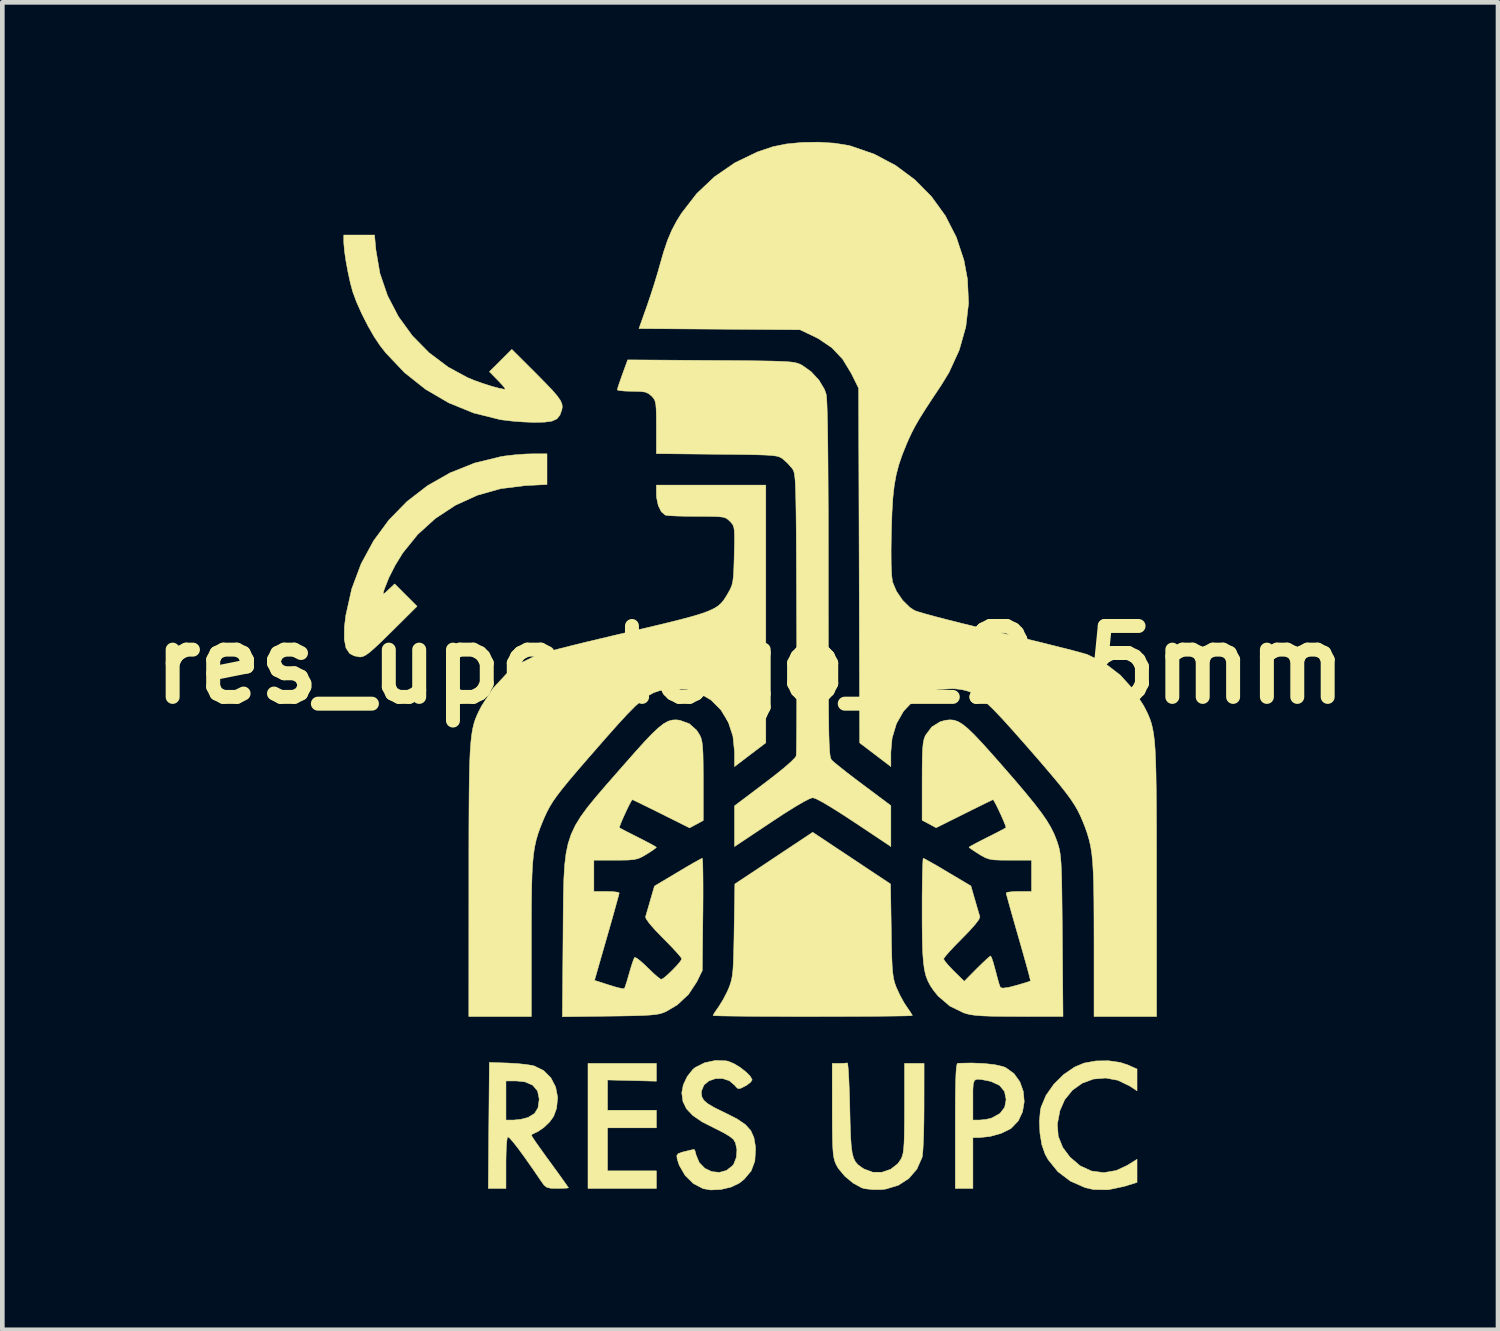
<source format=kicad_pcb>
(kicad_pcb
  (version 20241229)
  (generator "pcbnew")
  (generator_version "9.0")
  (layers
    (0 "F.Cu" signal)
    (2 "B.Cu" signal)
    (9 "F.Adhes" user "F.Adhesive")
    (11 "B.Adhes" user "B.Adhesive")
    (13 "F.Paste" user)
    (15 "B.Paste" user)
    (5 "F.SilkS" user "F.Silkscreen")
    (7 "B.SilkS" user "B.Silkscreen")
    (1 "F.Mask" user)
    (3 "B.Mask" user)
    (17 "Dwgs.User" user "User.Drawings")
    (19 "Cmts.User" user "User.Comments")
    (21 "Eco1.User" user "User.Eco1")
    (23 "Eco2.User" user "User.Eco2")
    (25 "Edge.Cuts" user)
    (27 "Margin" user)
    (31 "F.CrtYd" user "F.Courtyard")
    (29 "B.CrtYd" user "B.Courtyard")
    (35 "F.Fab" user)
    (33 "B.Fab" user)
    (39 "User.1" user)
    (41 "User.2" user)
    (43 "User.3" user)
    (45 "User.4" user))
  (footprint "res_upc_logo_22_5mm"
    (layer "F.Cu")
    (at 13.07 11.236)
    (property "Reference" "res_upc_logo_22_5mm" (at 0 0 0) (layer "F.SilkS") (effects (font (size 1.524 1.524) (thickness 0.3))))
    (attr through_hole)
    (fp_poly (pts (xy -2.015 8.947) (xy -2.54 8.934) (xy -3.065 8.921) (xy -3.065 9.247) (xy -3.065 9.572) (xy -2.015 9.572) (xy -2.015 9.95) (xy -3.065 9.95) (xy -3.065 10.874) (xy -2.015 10.874) (xy -2.015 11.252) (xy -3.485 11.252) (xy -3.485 8.565) (xy -2.015 8.565) (xy -2.015 8.947)) (stroke (width 0.01) (type solid)) (fill yes) (layer "F.SilkS"))
    (fp_poly (pts (xy 7.953 8.544) (xy 8.113 8.597) (xy 8.313 8.686) (xy 8.313 9.154) (xy 8.155 9.05) (xy 7.9 8.927) (xy 7.636 8.879) (xy 7.377 8.901) (xy 7.135 8.99) (xy 6.925 9.14) (xy 6.758 9.346) (xy 6.656 9.579) (xy 6.601 9.87) (xy 6.62 10.13) (xy 6.717 10.371) (xy 6.871 10.578) (xy 7.091 10.766) (xy 7.337 10.878) (xy 7.6 10.912) (xy 7.867 10.866) (xy 8.103 10.756) (xy 8.313 10.625) (xy 8.313 11.122) (xy 8.035 11.208) (xy 7.692 11.28) (xy 7.378 11.275) (xy 7.2 11.235) (xy 6.88 11.094) (xy 6.612 10.891) (xy 6.404 10.634) (xy 6.337 10.513) (xy 6.268 10.313) (xy 6.227 10.067) (xy 6.215 9.809) (xy 6.236 9.573) (xy 6.252 9.501) (xy 6.357 9.252) (xy 6.525 9.013) (xy 6.738 8.802) (xy 6.977 8.64) (xy 7.175 8.558) (xy 7.428 8.512) (xy 7.699 8.508) (xy 7.953 8.544)) (stroke (width 0.01) (type solid)) (fill yes) (layer "F.SilkS"))
    (fp_poly (pts (xy -4.366 -3.875) (xy -4.839 -3.851) (xy -5.364 -3.785) (xy -5.865 -3.643) (xy -6.334 -3.429) (xy -6.763 -3.147) (xy -7.143 -2.803) (xy -7.468 -2.401) (xy -7.471 -2.395) (xy -7.628 -2.14) (xy -7.764 -1.872) (xy -7.862 -1.625) (xy -7.871 -1.595) (xy -7.888 -1.533) (xy -7.877 -1.521) (xy -7.825 -1.564) (xy -7.771 -1.615) (xy -7.639 -1.739) (xy -7.398 -1.498) (xy -7.158 -1.258) (xy -7.707 -0.713) (xy -7.908 -0.515) (xy -8.061 -0.371) (xy -8.174 -0.271) (xy -8.259 -0.21) (xy -8.324 -0.178) (xy -8.38 -0.168) (xy -8.385 -0.168) (xy -8.511 -0.193) (xy -8.606 -0.243) (xy -8.685 -0.36) (xy -8.722 -0.55) (xy -8.719 -0.813) (xy -8.69 -1.059) (xy -8.562 -1.632) (xy -8.361 -2.169) (xy -8.093 -2.664) (xy -7.763 -3.112) (xy -7.375 -3.509) (xy -6.936 -3.848) (xy -6.449 -4.125) (xy -5.921 -4.336) (xy -5.356 -4.474) (xy -5.261 -4.489) (xy -5.051 -4.513) (xy -4.82 -4.53) (xy -4.663 -4.534) (xy -4.366 -4.534) (xy -4.366 -3.875)) (stroke (width 0.01) (type solid)) (fill yes) (layer "F.SilkS"))
    (fp_poly (pts (xy 5.027 8.567) (xy 5.26 8.593) (xy 5.437 8.634) (xy 5.49 8.655) (xy 5.668 8.783) (xy 5.795 8.959) (xy 5.869 9.167) (xy 5.889 9.388) (xy 5.853 9.605) (xy 5.761 9.801) (xy 5.611 9.957) (xy 5.588 9.973) (xy 5.391 10.069) (xy 5.153 10.135) (xy 4.923 10.159) (xy 4.786 10.16) (xy 4.786 11.252) (xy 4.408 11.252) (xy 4.408 9.908) (xy 4.409 9.52) (xy 4.41 9.323) (xy 4.786 9.323) (xy 4.786 9.341) (xy 4.786 9.782) (xy 4.93 9.782) (xy 5.07 9.768) (xy 5.193 9.737) (xy 5.368 9.64) (xy 5.469 9.507) (xy 5.5 9.341) (xy 5.465 9.167) (xy 5.359 9.038) (xy 5.183 8.956) (xy 5.114 8.939) (xy 4.971 8.912) (xy 4.877 8.904) (xy 4.821 8.929) (xy 4.795 8.998) (xy 4.786 9.126) (xy 4.786 9.323) (xy 4.41 9.323) (xy 4.411 9.208) (xy 4.415 8.967) (xy 4.422 8.789) (xy 4.43 8.667) (xy 4.442 8.594) (xy 4.456 8.564) (xy 4.461 8.562) (xy 4.754 8.556) (xy 5.027 8.567)) (stroke (width 0.01) (type solid)) (fill yes) (layer "F.SilkS"))
    (fp_poly (pts (xy 2.18 4.154) (xy 3.016 4.71) (xy 3.032 5.703) (xy 3.037 6.023) (xy 3.043 6.271) (xy 3.051 6.461) (xy 3.062 6.604) (xy 3.077 6.714) (xy 3.096 6.803) (xy 3.122 6.884) (xy 3.141 6.933) (xy 3.218 7.1) (xy 3.309 7.265) (xy 3.36 7.342) (xy 3.431 7.445) (xy 3.476 7.517) (xy 3.485 7.536) (xy 3.444 7.54) (xy 3.327 7.544) (xy 3.142 7.547) (xy 2.897 7.55) (xy 2.599 7.553) (xy 2.257 7.555) (xy 1.877 7.556) (xy 1.469 7.557) (xy 1.343 7.557) (xy 0.928 7.557) (xy 0.54 7.555) (xy 0.186 7.554) (xy -0.126 7.551) (xy -0.388 7.548) (xy -0.592 7.545) (xy -0.73 7.541) (xy -0.794 7.537) (xy -0.798 7.536) (xy -0.775 7.492) (xy -0.717 7.405) (xy -0.673 7.342) (xy -0.585 7.201) (xy -0.496 7.03) (xy -0.454 6.933) (xy -0.424 6.851) (xy -0.401 6.769) (xy -0.383 6.673) (xy -0.37 6.551) (xy -0.361 6.39) (xy -0.354 6.178) (xy -0.348 5.902) (xy -0.345 5.703) (xy -0.329 4.71) (xy 1.343 3.598) (xy 2.18 4.154)) (stroke (width 0.01) (type solid)) (fill yes) (layer "F.SilkS"))
    (fp_poly (pts (xy -8.043 -8.917) (xy -7.957 -8.414) (xy -7.793 -7.934) (xy -7.559 -7.484) (xy -7.26 -7.072) (xy -6.902 -6.708) (xy -6.492 -6.399) (xy -6.072 -6.171) (xy -5.923 -6.11) (xy -5.746 -6.047) (xy -5.565 -5.989) (xy -5.405 -5.945) (xy -5.29 -5.922) (xy -5.265 -5.92) (xy -5.273 -5.946) (xy -5.33 -6.017) (xy -5.417 -6.109) (xy -5.603 -6.299) (xy -5.362 -6.539) (xy -5.122 -6.779) (xy -4.622 -6.281) (xy -4.413 -6.069) (xy -4.257 -5.907) (xy -4.149 -5.782) (xy -4.081 -5.686) (xy -4.046 -5.61) (xy -4.037 -5.543) (xy -4.047 -5.481) (xy -4.089 -5.364) (xy -4.154 -5.285) (xy -4.258 -5.237) (xy -4.414 -5.215) (xy -4.639 -5.21) (xy -4.65 -5.21) (xy -4.875 -5.219) (xy -5.113 -5.237) (xy -5.322 -5.262) (xy -5.374 -5.27) (xy -5.941 -5.411) (xy -6.476 -5.629) (xy -6.973 -5.919) (xy -7.426 -6.278) (xy -7.829 -6.702) (xy -7.954 -6.862) (xy -8.08 -7.05) (xy -8.216 -7.288) (xy -8.348 -7.548) (xy -8.46 -7.799) (xy -8.539 -8.013) (xy -8.541 -8.019) (xy -8.594 -8.217) (xy -8.644 -8.447) (xy -8.687 -8.682) (xy -8.718 -8.895) (xy -8.732 -9.059) (xy -8.733 -9.079) (xy -8.733 -9.236) (xy -8.072 -9.236) (xy -8.043 -8.917)) (stroke (width 0.01) (type solid)) (fill yes) (layer "F.SilkS"))
    (fp_poly (pts (xy 2.098 8.591) (xy 2.109 8.701) (xy 2.119 8.871) (xy 2.128 9.092) (xy 2.137 9.35) (xy 2.141 9.532) (xy 2.149 9.87) (xy 2.159 10.135) (xy 2.172 10.338) (xy 2.192 10.489) (xy 2.222 10.6) (xy 2.263 10.681) (xy 2.318 10.743) (xy 2.39 10.797) (xy 2.448 10.834) (xy 2.634 10.903) (xy 2.832 10.903) (xy 3.019 10.84) (xy 3.173 10.72) (xy 3.243 10.618) (xy 3.267 10.561) (xy 3.286 10.49) (xy 3.299 10.392) (xy 3.308 10.257) (xy 3.313 10.072) (xy 3.316 9.826) (xy 3.317 9.52) (xy 3.317 8.565) (xy 3.737 8.565) (xy 3.736 9.499) (xy 3.734 9.78) (xy 3.729 10.042) (xy 3.721 10.269) (xy 3.711 10.447) (xy 3.699 10.561) (xy 3.694 10.585) (xy 3.583 10.836) (xy 3.409 11.038) (xy 3.183 11.184) (xy 2.914 11.265) (xy 2.805 11.277) (xy 2.623 11.276) (xy 2.464 11.257) (xy 2.399 11.239) (xy 2.212 11.137) (xy 2.033 10.988) (xy 1.892 10.818) (xy 1.843 10.731) (xy 1.818 10.667) (xy 1.799 10.594) (xy 1.785 10.499) (xy 1.775 10.37) (xy 1.769 10.196) (xy 1.766 9.965) (xy 1.764 9.666) (xy 1.764 9.562) (xy 1.763 8.565) (xy 1.91 8.565) (xy 2.018 8.562) (xy 2.085 8.555) (xy 2.089 8.554) (xy 2.098 8.591)) (stroke (width 0.01) (type solid)) (fill yes) (layer "F.SilkS"))
    (fp_poly (pts (xy -5.206 8.557) (xy -5.009 8.568) (xy -4.825 8.587) (xy -4.682 8.609) (xy -4.642 8.619) (xy -4.439 8.718) (xy -4.283 8.874) (xy -4.18 9.072) (xy -4.137 9.296) (xy -4.16 9.53) (xy -4.224 9.704) (xy -4.309 9.823) (xy -4.434 9.942) (xy -4.564 10.031) (xy -4.618 10.055) (xy -4.685 10.088) (xy -4.701 10.11) (xy -4.677 10.152) (xy -4.612 10.25) (xy -4.513 10.39) (xy -4.39 10.562) (xy -4.302 10.682) (xy -4.168 10.866) (xy -4.053 11.026) (xy -3.966 11.148) (xy -3.914 11.222) (xy -3.904 11.238) (xy -3.943 11.245) (xy -4.041 11.25) (xy -4.146 11.251) (xy -4.285 11.248) (xy -4.37 11.228) (xy -4.43 11.18) (xy -4.492 11.094) (xy -4.677 10.823) (xy -4.843 10.587) (xy -4.984 10.394) (xy -5.096 10.251) (xy -5.174 10.164) (xy -5.21 10.142) (xy -5.224 10.19) (xy -5.236 10.306) (xy -5.244 10.473) (xy -5.248 10.674) (xy -5.248 10.708) (xy -5.248 11.252) (xy -5.627 11.252) (xy -5.616 9.898) (xy -5.608 8.942) (xy -5.248 8.942) (xy -5.248 9.782) (xy -5.079 9.782) (xy -4.926 9.766) (xy -4.78 9.728) (xy -4.767 9.723) (xy -4.633 9.64) (xy -4.559 9.519) (xy -4.534 9.343) (xy -4.534 9.327) (xy -4.569 9.157) (xy -4.672 9.034) (xy -4.838 8.962) (xy -5.02 8.942) (xy -5.248 8.942) (xy -5.608 8.942) (xy -5.605 8.544) (xy -5.206 8.557)) (stroke (width 0.01) (type solid)) (fill yes) (layer "F.SilkS"))
    (fp_poly (pts (xy -0.516 8.51) (xy -0.47 8.52) (xy -0.349 8.57) (xy -0.216 8.651) (xy -0.093 8.746) (xy 0.000132 8.839) (xy 0.041 8.913) (xy 0.042 8.92) (xy 0.008 8.97) (xy -0.076 9.034) (xy -0.107 9.051) (xy -0.204 9.1) (xy -0.259 9.108) (xy -0.302 9.072) (xy -0.328 9.039) (xy -0.448 8.937) (xy -0.595 8.889) (xy -0.747 8.892) (xy -0.887 8.941) (xy -0.993 9.03) (xy -1.047 9.158) (xy -1.05 9.199) (xy -1.038 9.283) (xy -0.997 9.357) (xy -0.914 9.429) (xy -0.777 9.511) (xy -0.576 9.61) (xy -0.523 9.635) (xy -0.278 9.76) (xy -0.103 9.879) (xy 0.012 10.007) (xy 0.08 10.157) (xy 0.112 10.343) (xy 0.116 10.407) (xy 0.1 10.665) (xy 0.021 10.876) (xy -0.13 11.055) (xy -0.235 11.138) (xy -0.412 11.223) (xy -0.629 11.274) (xy -0.849 11.284) (xy -1.011 11.256) (xy -1.222 11.146) (xy -1.398 10.972) (xy -1.525 10.753) (xy -1.569 10.616) (xy -1.577 10.547) (xy -1.549 10.505) (xy -1.464 10.473) (xy -1.408 10.459) (xy -1.294 10.431) (xy -1.218 10.414) (xy -1.204 10.412) (xy -1.184 10.448) (xy -1.162 10.533) (xy -1.093 10.698) (xy -0.975 10.819) (xy -0.825 10.89) (xy -0.663 10.907) (xy -0.508 10.865) (xy -0.378 10.761) (xy -0.353 10.727) (xy -0.297 10.584) (xy -0.285 10.42) (xy -0.317 10.269) (xy -0.362 10.195) (xy -0.437 10.135) (xy -0.565 10.058) (xy -0.72 9.978) (xy -0.756 9.961) (xy -1.033 9.821) (xy -1.234 9.683) (xy -1.369 9.54) (xy -1.445 9.383) (xy -1.469 9.202) (xy -1.469 9.194) (xy -1.437 9.025) (xy -1.353 8.848) (xy -1.235 8.698) (xy -1.181 8.652) (xy -0.978 8.551) (xy -0.744 8.501) (xy -0.516 8.51)) (stroke (width 0.01) (type solid)) (fill yes) (layer "F.SilkS"))
    (fp_poly (pts (xy 0.336 1.676) (xy 0 1.931) (xy -0.336 2.187) (xy -0.336 1.872) (xy -0.371 1.532) (xy -0.471 1.228) (xy -0.63 0.968) (xy -0.838 0.759) (xy -1.09 0.609) (xy -1.377 0.526) (xy -1.669 0.516) (xy -1.817 0.531) (xy -1.949 0.556) (xy -2.071 0.598) (xy -2.193 0.663) (xy -2.322 0.757) (xy -2.469 0.887) (xy -2.64 1.06) (xy -2.844 1.281) (xy -3.089 1.557) (xy -3.216 1.702) (xy -3.49 2.016) (xy -3.715 2.276) (xy -3.896 2.49) (xy -4.04 2.667) (xy -4.153 2.814) (xy -4.242 2.941) (xy -4.312 3.056) (xy -4.37 3.166) (xy -4.423 3.281) (xy -4.45 3.345) (xy -4.51 3.493) (xy -4.559 3.63) (xy -4.599 3.767) (xy -4.631 3.913) (xy -4.656 4.077) (xy -4.674 4.27) (xy -4.687 4.5) (xy -4.695 4.778) (xy -4.7 5.112) (xy -4.702 5.513) (xy -4.702 5.901) (xy -4.702 7.557) (xy -6.046 7.557) (xy -6.045 4.65) (xy -6.045 4.051) (xy -6.044 3.53) (xy -6.042 3.08) (xy -6.039 2.695) (xy -6.034 2.368) (xy -6.027 2.093) (xy -6.017 1.864) (xy -6.003 1.673) (xy -5.986 1.516) (xy -5.965 1.384) (xy -5.939 1.273) (xy -5.908 1.175) (xy -5.871 1.084) (xy -5.828 0.993) (xy -5.778 0.897) (xy -5.768 0.878) (xy -5.532 0.512) (xy -5.242 0.199) (xy -4.907 -0.051) (xy -4.566 -0.218) (xy -4.476 -0.246) (xy -4.316 -0.29) (xy -4.096 -0.347) (xy -3.827 -0.415) (xy -3.521 -0.49) (xy -3.189 -0.569) (xy -2.924 -0.632) (xy -2.443 -0.745) (xy -2.035 -0.841) (xy -1.696 -0.923) (xy -1.417 -0.994) (xy -1.191 -1.056) (xy -1.012 -1.112) (xy -0.873 -1.165) (xy -0.766 -1.217) (xy -0.683 -1.27) (xy -0.62 -1.328) (xy -0.567 -1.393) (xy -0.518 -1.468) (xy -0.473 -1.544) (xy -0.428 -1.626) (xy -0.395 -1.703) (xy -0.374 -1.79) (xy -0.36 -1.907) (xy -0.351 -2.069) (xy -0.344 -2.294) (xy -0.343 -2.36) (xy -0.337 -2.599) (xy -0.336 -2.769) (xy -0.341 -2.886) (xy -0.353 -2.962) (xy -0.375 -3.014) (xy -0.409 -3.057) (xy -0.435 -3.084) (xy -0.48 -3.126) (xy -0.527 -3.155) (xy -0.591 -3.174) (xy -0.687 -3.184) (xy -0.83 -3.189) (xy -1.036 -3.191) (xy -1.149 -3.191) (xy -1.371 -3.192) (xy -1.567 -3.197) (xy -1.719 -3.204) (xy -1.81 -3.213) (xy -1.824 -3.217) (xy -1.91 -3.29) (xy -1.975 -3.423) (xy -2.011 -3.593) (xy -2.015 -3.671) (xy -2.015 -3.862) (xy 0.336 -3.862) (xy 0.336 1.676)) (stroke (width 0.01) (type solid)) (fill yes) (layer "F.SilkS"))
    (fp_poly (pts (xy -0.844 -6.541) (xy -0.409 -6.538) (xy -0.051 -6.535) (xy 0.24 -6.531) (xy 0.472 -6.527) (xy 0.653 -6.521) (xy 0.79 -6.514) (xy 0.892 -6.505) (xy 0.968 -6.493) (xy 1.024 -6.478) (xy 1.071 -6.46) (xy 1.115 -6.437) (xy 1.119 -6.435) (xy 1.311 -6.298) (xy 1.478 -6.117) (xy 1.597 -5.918) (xy 1.633 -5.815) (xy 1.642 -5.744) (xy 1.65 -5.605) (xy 1.657 -5.398) (xy 1.663 -5.12) (xy 1.668 -4.769) (xy 1.672 -4.343) (xy 1.675 -3.841) (xy 1.678 -3.26) (xy 1.679 -2.6) (xy 1.679 -1.857) (xy 1.679 -1.833) (xy 1.679 -1.181) (xy 1.68 -0.607) (xy 1.68 -0.107) (xy 1.681 0.325) (xy 1.683 0.694) (xy 1.685 1.004) (xy 1.688 1.262) (xy 1.691 1.472) (xy 1.696 1.639) (xy 1.702 1.769) (xy 1.708 1.867) (xy 1.716 1.938) (xy 1.725 1.988) (xy 1.736 2.02) (xy 1.748 2.042) (xy 1.753 2.048) (xy 1.81 2.1) (xy 1.922 2.191) (xy 2.076 2.313) (xy 2.26 2.454) (xy 2.425 2.578) (xy 3.023 3.025) (xy 3.023 3.905) (xy 2.236 3.38) (xy 1.961 3.2) (xy 1.727 3.053) (xy 1.542 2.944) (xy 1.411 2.877) (xy 1.343 2.855) (xy 1.271 2.879) (xy 1.138 2.948) (xy 0.95 3.059) (xy 0.714 3.207) (xy 0.451 3.38) (xy -0.336 3.905) (xy -0.336 3.03) (xy 0.315 2.539) (xy 0.545 2.362) (xy 0.736 2.208) (xy 0.878 2.083) (xy 0.965 1.995) (xy 0.988 1.958) (xy 0.992 1.902) (xy 0.995 1.769) (xy 0.997 1.566) (xy 0.999 1.3) (xy 1 0.977) (xy 1.001 0.605) (xy 1.001 0.191) (xy 1.001 -0.259) (xy 1 -0.737) (xy 0.998 -1.12) (xy 0.996 -1.693) (xy 0.994 -2.188) (xy 0.992 -2.61) (xy 0.989 -2.967) (xy 0.986 -3.264) (xy 0.982 -3.506) (xy 0.978 -3.7) (xy 0.972 -3.853) (xy 0.966 -3.969) (xy 0.957 -4.055) (xy 0.948 -4.116) (xy 0.936 -4.159) (xy 0.922 -4.19) (xy 0.907 -4.215) (xy 0.9 -4.224) (xy 0.8 -4.336) (xy 0.698 -4.427) (xy 0.661 -4.451) (xy 0.619 -4.471) (xy 0.56 -4.486) (xy 0.475 -4.497) (xy 0.356 -4.506) (xy 0.192 -4.512) (xy -0.026 -4.517) (xy -0.308 -4.521) (xy -0.663 -4.525) (xy -0.717 -4.525) (xy -2.015 -4.538) (xy -2.015 -5.105) (xy -2.016 -5.334) (xy -2.02 -5.494) (xy -2.029 -5.603) (xy -2.046 -5.674) (xy -2.073 -5.725) (xy -2.113 -5.77) (xy -2.118 -5.775) (xy -2.182 -5.828) (xy -2.254 -5.86) (xy -2.36 -5.874) (xy -2.523 -5.878) (xy -2.538 -5.878) (xy -2.689 -5.882) (xy -2.801 -5.892) (xy -2.854 -5.906) (xy -2.855 -5.909) (xy -2.842 -5.961) (xy -2.806 -6.07) (xy -2.755 -6.215) (xy -2.744 -6.247) (xy -2.632 -6.553) (xy -0.844 -6.541)) (stroke (width 0.01) (type solid)) (fill yes) (layer "F.SilkS"))
    (fp_poly (pts (xy 1.808 -11.21) (xy 2.108 -11.162) (xy 2.16 -11.149) (xy 2.664 -10.975) (xy 3.125 -10.731) (xy 3.537 -10.425) (xy 3.895 -10.063) (xy 4.194 -9.65) (xy 4.428 -9.193) (xy 4.593 -8.697) (xy 4.669 -8.289) (xy 4.693 -7.773) (xy 4.634 -7.263) (xy 4.493 -6.764) (xy 4.273 -6.283) (xy 4.101 -6.002) (xy 3.91 -5.716) (xy 3.76 -5.486) (xy 3.642 -5.298) (xy 3.549 -5.137) (xy 3.473 -4.992) (xy 3.406 -4.848) (xy 3.369 -4.765) (xy 3.271 -4.523) (xy 3.195 -4.302) (xy 3.138 -4.084) (xy 3.096 -3.853) (xy 3.067 -3.591) (xy 3.048 -3.282) (xy 3.036 -2.909) (xy 3.034 -2.855) (xy 3.028 -2.465) (xy 3.03 -2.158) (xy 3.04 -1.934) (xy 3.057 -1.793) (xy 3.061 -1.776) (xy 3.144 -1.579) (xy 3.275 -1.388) (xy 3.432 -1.233) (xy 3.531 -1.168) (xy 3.604 -1.142) (xy 3.749 -1.099) (xy 3.957 -1.042) (xy 4.218 -0.974) (xy 4.523 -0.897) (xy 4.861 -0.814) (xy 5.224 -0.726) (xy 5.365 -0.693) (xy 5.737 -0.604) (xy 6.09 -0.519) (xy 6.415 -0.439) (xy 6.702 -0.367) (xy 6.941 -0.306) (xy 7.121 -0.257) (xy 7.233 -0.225) (xy 7.254 -0.217) (xy 7.621 -0.034) (xy 7.953 0.221) (xy 8.239 0.537) (xy 8.455 0.878) (xy 8.506 0.976) (xy 8.55 1.067) (xy 8.588 1.158) (xy 8.62 1.254) (xy 8.647 1.362) (xy 8.67 1.49) (xy 8.688 1.642) (xy 8.702 1.826) (xy 8.712 2.048) (xy 8.72 2.314) (xy 8.725 2.63) (xy 8.729 3.004) (xy 8.731 3.442) (xy 8.732 3.949) (xy 8.732 4.533) (xy 8.732 4.65) (xy 8.733 7.557) (xy 7.389 7.557) (xy 7.389 5.901) (xy 7.388 5.44) (xy 7.386 5.054) (xy 7.381 4.732) (xy 7.372 4.465) (xy 7.359 4.244) (xy 7.341 4.059) (xy 7.316 3.9) (xy 7.284 3.759) (xy 7.244 3.624) (xy 7.196 3.487) (xy 7.153 3.379) (xy 7.1 3.254) (xy 7.042 3.135) (xy 6.972 3.014) (xy 6.885 2.882) (xy 6.773 2.731) (xy 6.632 2.553) (xy 6.453 2.34) (xy 6.233 2.082) (xy 5.963 1.772) (xy 5.912 1.714) (xy 5.641 1.407) (xy 5.416 1.158) (xy 5.228 0.961) (xy 5.07 0.81) (xy 4.931 0.698) (xy 4.806 0.619) (xy 4.684 0.567) (xy 4.559 0.535) (xy 4.422 0.517) (xy 4.347 0.512) (xy 4.033 0.531) (xy 3.747 0.623) (xy 3.499 0.781) (xy 3.295 0.997) (xy 3.143 1.264) (xy 3.05 1.574) (xy 3.023 1.872) (xy 3.023 2.187) (xy 2.353 1.677) (xy 2.342 -2.134) (xy 2.33 -5.945) (xy 2.173 -6.262) (xy 1.987 -6.569) (xy 1.756 -6.813) (xy 1.467 -7.009) (xy 1.351 -7.067) (xy 1.071 -7.2) (xy -0.66 -7.213) (xy -2.39 -7.225) (xy -2.223 -7.696) (xy -2.143 -7.931) (xy -2.06 -8.187) (xy -1.988 -8.424) (xy -1.953 -8.549) (xy -1.862 -8.866) (xy -1.776 -9.122) (xy -1.684 -9.34) (xy -1.577 -9.541) (xy -1.473 -9.707) (xy -1.148 -10.127) (xy -0.764 -10.489) (xy -0.327 -10.789) (xy 0.155 -11.021) (xy 0.486 -11.133) (xy 0.774 -11.192) (xy 1.11 -11.225) (xy 1.465 -11.231) (xy 1.808 -11.21)) (stroke (width 0.01) (type solid)) (fill yes) (layer "F.SilkS"))
    (fp_poly (pts (xy -1.514 1.191) (xy -1.309 1.265) (xy -1.148 1.408) (xy -1.081 1.514) (xy -1.055 1.576) (xy -1.036 1.652) (xy -1.023 1.758) (xy -1.014 1.904) (xy -1.01 2.104) (xy -1.008 2.369) (xy -1.008 2.502) (xy -1.008 3.345) (xy -1.155 3.425) (xy -1.302 3.504) (xy -1.911 3.2) (xy -2.116 3.098) (xy -2.294 3.011) (xy -2.43 2.944) (xy -2.513 2.905) (xy -2.532 2.897) (xy -2.558 2.932) (xy -2.605 3.021) (xy -2.664 3.143) (xy -2.724 3.274) (xy -2.775 3.392) (xy -2.806 3.475) (xy -2.81 3.5) (xy -2.767 3.525) (xy -2.666 3.578) (xy -2.522 3.651) (xy -2.404 3.711) (xy -2.243 3.793) (xy -2.114 3.861) (xy -2.034 3.908) (xy -2.015 3.922) (xy -2.048 3.951) (xy -2.133 4.01) (xy -2.226 4.069) (xy -2.323 4.126) (xy -2.407 4.163) (xy -2.5 4.185) (xy -2.623 4.195) (xy -2.799 4.198) (xy -2.897 4.198) (xy -3.359 4.198) (xy -3.359 4.87) (xy -3.086 4.87) (xy -2.947 4.874) (xy -2.849 4.886) (xy -2.814 4.902) (xy -2.825 4.949) (xy -2.857 5.066) (xy -2.905 5.24) (xy -2.966 5.459) (xy -3.038 5.711) (xy -3.08 5.857) (xy -3.345 6.78) (xy -3.035 6.88) (xy -2.886 6.925) (xy -2.771 6.953) (xy -2.709 6.961) (xy -2.705 6.959) (xy -2.685 6.912) (xy -2.65 6.805) (xy -2.608 6.659) (xy -2.599 6.629) (xy -2.554 6.476) (xy -2.514 6.356) (xy -2.486 6.291) (xy -2.483 6.287) (xy -2.442 6.301) (xy -2.359 6.364) (xy -2.249 6.463) (xy -2.204 6.508) (xy -2.085 6.623) (xy -1.985 6.71) (xy -1.921 6.756) (xy -1.91 6.759) (xy -1.858 6.731) (xy -1.772 6.658) (xy -1.67 6.56) (xy -1.572 6.458) (xy -1.499 6.37) (xy -1.469 6.317) (xy -1.469 6.316) (xy -1.498 6.273) (xy -1.575 6.183) (xy -1.69 6.059) (xy -1.833 5.913) (xy -1.868 5.878) (xy -2.037 5.704) (xy -2.16 5.564) (xy -2.232 5.464) (xy -2.249 5.417) (xy -2.229 5.347) (xy -2.192 5.222) (xy -2.148 5.068) (xy -2.144 5.054) (xy -2.057 4.755) (xy -1.556 4.456) (xy -1.373 4.347) (xy -1.216 4.256) (xy -1.099 4.191) (xy -1.036 4.158) (xy -1.03 4.156) (xy -1.023 4.197) (xy -1.018 4.31) (xy -1.015 4.487) (xy -1.013 4.716) (xy -1.013 4.987) (xy -1.015 5.29) (xy -1.016 5.363) (xy -1.029 6.57) (xy -1.145 6.808) (xy -1.323 7.079) (xy -1.562 7.304) (xy -1.8 7.446) (xy -1.867 7.475) (xy -1.938 7.497) (xy -2.025 7.513) (xy -2.139 7.525) (xy -2.293 7.534) (xy -2.498 7.541) (xy -2.767 7.546) (xy -3.014 7.549) (xy -4.035 7.562) (xy -4.021 5.828) (xy -4.018 5.348) (xy -4.013 4.942) (xy -4.004 4.599) (xy -3.987 4.307) (xy -3.957 4.057) (xy -3.911 3.838) (xy -3.846 3.64) (xy -3.757 3.451) (xy -3.641 3.261) (xy -3.494 3.06) (xy -3.312 2.837) (xy -3.092 2.581) (xy -2.83 2.282) (xy -2.731 2.169) (xy -2.48 1.884) (xy -2.275 1.657) (xy -2.109 1.483) (xy -1.973 1.355) (xy -1.862 1.267) (xy -1.766 1.213) (xy -1.678 1.187) (xy -1.591 1.182) (xy -1.514 1.191)) (stroke (width 0.01) (type solid)) (fill yes) (layer "F.SilkS"))
    (fp_poly (pts (xy 4.38 1.189) (xy 4.468 1.22) (xy 4.566 1.279) (xy 4.681 1.373) (xy 4.821 1.509) (xy 4.994 1.692) (xy 5.206 1.928) (xy 5.418 2.169) (xy 5.699 2.492) (xy 5.928 2.763) (xy 6.113 2.99) (xy 6.26 3.182) (xy 6.374 3.347) (xy 6.462 3.495) (xy 6.531 3.634) (xy 6.586 3.773) (xy 6.601 3.817) (xy 6.624 3.889) (xy 6.643 3.96) (xy 6.658 4.04) (xy 6.67 4.137) (xy 6.68 4.26) (xy 6.688 4.418) (xy 6.694 4.62) (xy 6.698 4.874) (xy 6.702 5.19) (xy 6.706 5.576) (xy 6.708 5.825) (xy 6.722 7.557) (xy 5.765 7.556) (xy 5.442 7.554) (xy 5.19 7.551) (xy 4.997 7.544) (xy 4.851 7.533) (xy 4.738 7.518) (xy 4.647 7.497) (xy 4.59 7.479) (xy 4.29 7.333) (xy 4.04 7.119) (xy 3.943 7) (xy 3.874 6.898) (xy 3.819 6.795) (xy 3.776 6.683) (xy 3.744 6.548) (xy 3.722 6.382) (xy 3.707 6.172) (xy 3.699 5.908) (xy 3.695 5.579) (xy 3.695 5.282) (xy 3.695 4.985) (xy 3.698 4.717) (xy 3.702 4.489) (xy 3.707 4.312) (xy 3.713 4.198) (xy 3.719 4.156) (xy 3.719 4.156) (xy 3.763 4.177) (xy 3.864 4.233) (xy 4.01 4.316) (xy 4.186 4.42) (xy 4.243 4.454) (xy 4.743 4.751) (xy 4.83 5.052) (xy 4.875 5.208) (xy 4.913 5.337) (xy 4.935 5.413) (xy 4.936 5.417) (xy 4.914 5.474) (xy 4.835 5.578) (xy 4.706 5.723) (xy 4.555 5.878) (xy 4.408 6.027) (xy 4.285 6.158) (xy 4.198 6.258) (xy 4.158 6.314) (xy 4.156 6.319) (xy 4.184 6.368) (xy 4.258 6.457) (xy 4.363 6.567) (xy 4.378 6.582) (xy 4.6 6.801) (xy 4.87 6.528) (xy 4.992 6.409) (xy 5.091 6.316) (xy 5.153 6.263) (xy 5.166 6.256) (xy 5.188 6.293) (xy 5.222 6.393) (xy 5.261 6.535) (xy 5.271 6.571) (xy 5.312 6.728) (xy 5.348 6.854) (xy 5.374 6.927) (xy 5.377 6.932) (xy 5.43 6.948) (xy 5.552 6.931) (xy 5.709 6.891) (xy 5.857 6.848) (xy 5.967 6.814) (xy 6.022 6.794) (xy 6.024 6.793) (xy 6.015 6.751) (xy 5.987 6.639) (xy 5.941 6.471) (xy 5.881 6.256) (xy 5.81 6.006) (xy 5.767 5.857) (xy 5.691 5.591) (xy 5.623 5.353) (xy 5.567 5.153) (xy 5.526 5.004) (xy 5.503 4.918) (xy 5.5 4.902) (xy 5.538 4.886) (xy 5.638 4.874) (xy 5.773 4.87) (xy 6.046 4.87) (xy 6.046 4.198) (xy 5.587 4.198) (xy 5.382 4.197) (xy 5.239 4.191) (xy 5.137 4.174) (xy 5.052 4.144) (xy 4.963 4.096) (xy 4.915 4.066) (xy 4.802 3.994) (xy 4.725 3.94) (xy 4.702 3.92) (xy 4.737 3.896) (xy 4.832 3.844) (xy 4.971 3.772) (xy 5.09 3.711) (xy 5.254 3.629) (xy 5.387 3.56) (xy 5.473 3.514) (xy 5.497 3.5) (xy 5.488 3.459) (xy 5.451 3.366) (xy 5.397 3.242) (xy 5.336 3.111) (xy 5.279 2.996) (xy 5.236 2.917) (xy 5.219 2.897) (xy 5.179 2.915) (xy 5.077 2.964) (xy 4.926 3.038) (xy 4.738 3.131) (xy 4.601 3.199) (xy 3.995 3.501) (xy 3.845 3.42) (xy 3.695 3.34) (xy 3.695 2.499) (xy 3.696 2.203) (xy 3.699 1.977) (xy 3.706 1.811) (xy 3.717 1.691) (xy 3.734 1.604) (xy 3.757 1.538) (xy 3.768 1.514) (xy 3.902 1.335) (xy 4.084 1.222) (xy 4.201 1.191) (xy 4.293 1.182) (xy 4.38 1.189)) (stroke (width 0.01) (type solid)) (fill yes) (layer "F.SilkS")))
  (gr_rect
    (start -3 -3)
    (end 29.14 25.525)
    (stroke (width 0.1) (type default))
    (fill no)
    (layer "Edge.Cuts")))
</source>
